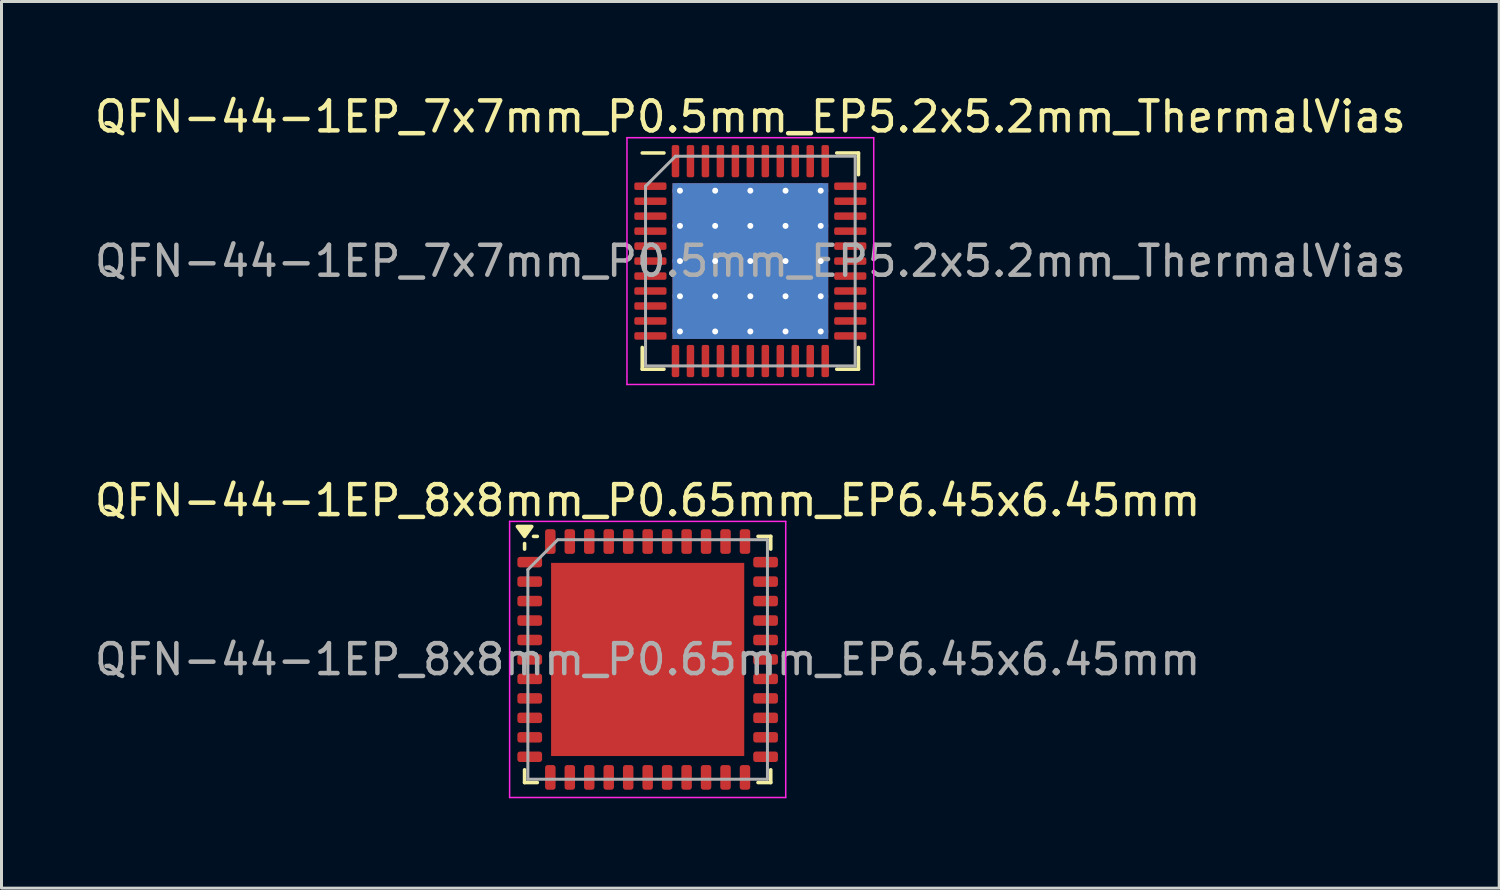
<source format=kicad_pcb>
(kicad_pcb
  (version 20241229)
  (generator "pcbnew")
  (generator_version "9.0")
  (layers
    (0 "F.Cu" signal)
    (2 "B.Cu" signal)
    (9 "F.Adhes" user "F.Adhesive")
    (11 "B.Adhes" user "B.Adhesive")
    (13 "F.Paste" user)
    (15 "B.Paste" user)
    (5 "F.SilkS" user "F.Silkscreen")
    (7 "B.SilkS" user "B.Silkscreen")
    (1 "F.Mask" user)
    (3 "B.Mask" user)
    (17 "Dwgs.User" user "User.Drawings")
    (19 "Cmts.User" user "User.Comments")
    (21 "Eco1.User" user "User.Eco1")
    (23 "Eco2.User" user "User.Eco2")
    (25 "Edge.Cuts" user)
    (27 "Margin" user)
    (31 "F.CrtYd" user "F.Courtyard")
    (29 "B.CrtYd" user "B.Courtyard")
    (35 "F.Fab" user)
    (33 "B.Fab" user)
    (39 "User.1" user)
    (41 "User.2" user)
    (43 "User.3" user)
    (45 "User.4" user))
  (footprint "QFN-44-1EP_7x7mm_P0.5mm_EP5.2x5.2mm_ThermalVias"
    (layer "F.Cu")
    (at 22.006 5.668)
    (property "Reference" "QFN-44-1EP_7x7mm_P0.5mm_EP5.2x5.2mm_ThermalVias" (at 0 -4.82 0) (layer "F.SilkS") (effects (font (size 1 1) (thickness 0.15))))
    (attr smd)
    (fp_line (start -3.61 3.61) (end -3.61 2.885) (stroke (width 0.12) (type solid)) (layer "F.SilkS"))
    (fp_line (start -2.885 -3.61) (end -3.61 -3.61) (stroke (width 0.12) (type solid)) (layer "F.SilkS"))
    (fp_line (start -2.885 3.61) (end -3.61 3.61) (stroke (width 0.12) (type solid)) (layer "F.SilkS"))
    (fp_line (start 2.885 -3.61) (end 3.61 -3.61) (stroke (width 0.12) (type solid)) (layer "F.SilkS"))
    (fp_line (start 2.885 3.61) (end 3.61 3.61) (stroke (width 0.12) (type solid)) (layer "F.SilkS"))
    (fp_line (start 3.61 -3.61) (end 3.61 -2.885) (stroke (width 0.12) (type solid)) (layer "F.SilkS"))
    (fp_line (start 3.61 3.61) (end 3.61 2.885) (stroke (width 0.12) (type solid)) (layer "F.SilkS"))
    (fp_line (start -4.12 -4.12) (end -4.12 4.12) (stroke (width 0.05) (type solid)) (layer "F.CrtYd"))
    (fp_line (start -4.12 4.12) (end 4.12 4.12) (stroke (width 0.05) (type solid)) (layer "F.CrtYd"))
    (fp_line (start 4.12 -4.12) (end -4.12 -4.12) (stroke (width 0.05) (type solid)) (layer "F.CrtYd"))
    (fp_line (start 4.12 4.12) (end 4.12 -4.12) (stroke (width 0.05) (type solid)) (layer "F.CrtYd"))
    (fp_line (start -3.5 -2.5) (end -2.5 -3.5) (stroke (width 0.1) (type solid)) (layer "F.Fab"))
    (fp_line (start -3.5 3.5) (end -3.5 -2.5) (stroke (width 0.1) (type solid)) (layer "F.Fab"))
    (fp_line (start -2.5 -3.5) (end 3.5 -3.5) (stroke (width 0.1) (type solid)) (layer "F.Fab"))
    (fp_line (start 3.5 -3.5) (end 3.5 3.5) (stroke (width 0.1) (type solid)) (layer "F.Fab"))
    (fp_line (start 3.5 3.5) (end -3.5 3.5) (stroke (width 0.1) (type solid)) (layer "F.Fab"))
    (fp_text user "${REFERENCE}" (at 0 0 0) (layer "F.Fab") (effects (font (size 1 1) (thickness 0.15))))
    (pad "" smd roundrect (at -1.762 -1.762) (size 1.007 1.007) (layers "F.Paste") (roundrect_rratio 0.248))
    (pad "" smd roundrect (at -1.762 -0.588) (size 1.007 1.007) (layers "F.Paste") (roundrect_rratio 0.248))
    (pad "" smd roundrect (at -1.762 0.588) (size 1.007 1.007) (layers "F.Paste") (roundrect_rratio 0.248))
    (pad "" smd roundrect (at -1.762 1.762) (size 1.007 1.007) (layers "F.Paste") (roundrect_rratio 0.248))
    (pad "" smd roundrect (at -0.588 -1.762) (size 1.007 1.007) (layers "F.Paste") (roundrect_rratio 0.248))
    (pad "" smd roundrect (at -0.588 -0.588) (size 1.007 1.007) (layers "F.Paste") (roundrect_rratio 0.248))
    (pad "" smd roundrect (at -0.588 0.588) (size 1.007 1.007) (layers "F.Paste") (roundrect_rratio 0.248))
    (pad "" smd roundrect (at -0.588 1.762) (size 1.007 1.007) (layers "F.Paste") (roundrect_rratio 0.248))
    (pad "" smd roundrect (at 0.588 -1.762) (size 1.007 1.007) (layers "F.Paste") (roundrect_rratio 0.248))
    (pad "" smd roundrect (at 0.588 -0.588) (size 1.007 1.007) (layers "F.Paste") (roundrect_rratio 0.248))
    (pad "" smd roundrect (at 0.588 0.588) (size 1.007 1.007) (layers "F.Paste") (roundrect_rratio 0.248))
    (pad "" smd roundrect (at 0.588 1.762) (size 1.007 1.007) (layers "F.Paste") (roundrect_rratio 0.248))
    (pad "" smd roundrect (at 1.762 -1.762) (size 1.007 1.007) (layers "F.Paste") (roundrect_rratio 0.248))
    (pad "" smd roundrect (at 1.762 -0.588) (size 1.007 1.007) (layers "F.Paste") (roundrect_rratio 0.248))
    (pad "" smd roundrect (at 1.762 0.588) (size 1.007 1.007) (layers "F.Paste") (roundrect_rratio 0.248))
    (pad "" smd roundrect (at 1.762 1.762) (size 1.007 1.007) (layers "F.Paste") (roundrect_rratio 0.248))
    (pad "1" smd roundrect (at -3.337 -2.5) (size 1.075 0.25) (layers "F.Cu" "F.Mask" "F.Paste") (roundrect_rratio 0.25))
    (pad "2" smd roundrect (at -3.337 -2) (size 1.075 0.25) (layers "F.Cu" "F.Mask" "F.Paste") (roundrect_rratio 0.25))
    (pad "3" smd roundrect (at -3.337 -1.5) (size 1.075 0.25) (layers "F.Cu" "F.Mask" "F.Paste") (roundrect_rratio 0.25))
    (pad "4" smd roundrect (at -3.337 -1) (size 1.075 0.25) (layers "F.Cu" "F.Mask" "F.Paste") (roundrect_rratio 0.25))
    (pad "5" smd roundrect (at -3.337 -0.5) (size 1.075 0.25) (layers "F.Cu" "F.Mask" "F.Paste") (roundrect_rratio 0.25))
    (pad "6" smd roundrect (at -3.337 0) (size 1.075 0.25) (layers "F.Cu" "F.Mask" "F.Paste") (roundrect_rratio 0.25))
    (pad "7" smd roundrect (at -3.337 0.5) (size 1.075 0.25) (layers "F.Cu" "F.Mask" "F.Paste") (roundrect_rratio 0.25))
    (pad "8" smd roundrect (at -3.337 1) (size 1.075 0.25) (layers "F.Cu" "F.Mask" "F.Paste") (roundrect_rratio 0.25))
    (pad "9" smd roundrect (at -3.337 1.5) (size 1.075 0.25) (layers "F.Cu" "F.Mask" "F.Paste") (roundrect_rratio 0.25))
    (pad "10" smd roundrect (at -3.337 2) (size 1.075 0.25) (layers "F.Cu" "F.Mask" "F.Paste") (roundrect_rratio 0.25))
    (pad "11" smd roundrect (at -3.337 2.5) (size 1.075 0.25) (layers "F.Cu" "F.Mask" "F.Paste") (roundrect_rratio 0.25))
    (pad "12" smd roundrect (at -2.5 3.337) (size 0.25 1.075) (layers "F.Cu" "F.Mask" "F.Paste") (roundrect_rratio 0.25))
    (pad "13" smd roundrect (at -2 3.337) (size 0.25 1.075) (layers "F.Cu" "F.Mask" "F.Paste") (roundrect_rratio 0.25))
    (pad "14" smd roundrect (at -1.5 3.337) (size 0.25 1.075) (layers "F.Cu" "F.Mask" "F.Paste") (roundrect_rratio 0.25))
    (pad "15" smd roundrect (at -1 3.337) (size 0.25 1.075) (layers "F.Cu" "F.Mask" "F.Paste") (roundrect_rratio 0.25))
    (pad "16" smd roundrect (at -0.5 3.337) (size 0.25 1.075) (layers "F.Cu" "F.Mask" "F.Paste") (roundrect_rratio 0.25))
    (pad "17" smd roundrect (at 0 3.337) (size 0.25 1.075) (layers "F.Cu" "F.Mask" "F.Paste") (roundrect_rratio 0.25))
    (pad "18" smd roundrect (at 0.5 3.337) (size 0.25 1.075) (layers "F.Cu" "F.Mask" "F.Paste") (roundrect_rratio 0.25))
    (pad "19" smd roundrect (at 1 3.337) (size 0.25 1.075) (layers "F.Cu" "F.Mask" "F.Paste") (roundrect_rratio 0.25))
    (pad "20" smd roundrect (at 1.5 3.337) (size 0.25 1.075) (layers "F.Cu" "F.Mask" "F.Paste") (roundrect_rratio 0.25))
    (pad "21" smd roundrect (at 2 3.337) (size 0.25 1.075) (layers "F.Cu" "F.Mask" "F.Paste") (roundrect_rratio 0.25))
    (pad "22" smd roundrect (at 2.5 3.337) (size 0.25 1.075) (layers "F.Cu" "F.Mask" "F.Paste") (roundrect_rratio 0.25))
    (pad "23" smd roundrect (at 3.337 2.5) (size 1.075 0.25) (layers "F.Cu" "F.Mask" "F.Paste") (roundrect_rratio 0.25))
    (pad "24" smd roundrect (at 3.337 2) (size 1.075 0.25) (layers "F.Cu" "F.Mask" "F.Paste") (roundrect_rratio 0.25))
    (pad "25" smd roundrect (at 3.337 1.5) (size 1.075 0.25) (layers "F.Cu" "F.Mask" "F.Paste") (roundrect_rratio 0.25))
    (pad "26" smd roundrect (at 3.337 1) (size 1.075 0.25) (layers "F.Cu" "F.Mask" "F.Paste") (roundrect_rratio 0.25))
    (pad "27" smd roundrect (at 3.337 0.5) (size 1.075 0.25) (layers "F.Cu" "F.Mask" "F.Paste") (roundrect_rratio 0.25))
    (pad "28" smd roundrect (at 3.337 0) (size 1.075 0.25) (layers "F.Cu" "F.Mask" "F.Paste") (roundrect_rratio 0.25))
    (pad "29" smd roundrect (at 3.337 -0.5) (size 1.075 0.25) (layers "F.Cu" "F.Mask" "F.Paste") (roundrect_rratio 0.25))
    (pad "30" smd roundrect (at 3.337 -1) (size 1.075 0.25) (layers "F.Cu" "F.Mask" "F.Paste") (roundrect_rratio 0.25))
    (pad "31" smd roundrect (at 3.337 -1.5) (size 1.075 0.25) (layers "F.Cu" "F.Mask" "F.Paste") (roundrect_rratio 0.25))
    (pad "32" smd roundrect (at 3.337 -2) (size 1.075 0.25) (layers "F.Cu" "F.Mask" "F.Paste") (roundrect_rratio 0.25))
    (pad "33" smd roundrect (at 3.337 -2.5) (size 1.075 0.25) (layers "F.Cu" "F.Mask" "F.Paste") (roundrect_rratio 0.25))
    (pad "34" smd roundrect (at 2.5 -3.337) (size 0.25 1.075) (layers "F.Cu" "F.Mask" "F.Paste") (roundrect_rratio 0.25))
    (pad "35" smd roundrect (at 2 -3.337) (size 0.25 1.075) (layers "F.Cu" "F.Mask" "F.Paste") (roundrect_rratio 0.25))
    (pad "36" smd roundrect (at 1.5 -3.337) (size 0.25 1.075) (layers "F.Cu" "F.Mask" "F.Paste") (roundrect_rratio 0.25))
    (pad "37" smd roundrect (at 1 -3.337) (size 0.25 1.075) (layers "F.Cu" "F.Mask" "F.Paste") (roundrect_rratio 0.25))
    (pad "38" smd roundrect (at 0.5 -3.337) (size 0.25 1.075) (layers "F.Cu" "F.Mask" "F.Paste") (roundrect_rratio 0.25))
    (pad "39" smd roundrect (at 0 -3.337) (size 0.25 1.075) (layers "F.Cu" "F.Mask" "F.Paste") (roundrect_rratio 0.25))
    (pad "40" smd roundrect (at -0.5 -3.337) (size 0.25 1.075) (layers "F.Cu" "F.Mask" "F.Paste") (roundrect_rratio 0.25))
    (pad "41" smd roundrect (at -1 -3.337) (size 0.25 1.075) (layers "F.Cu" "F.Mask" "F.Paste") (roundrect_rratio 0.25))
    (pad "42" smd roundrect (at -1.5 -3.337) (size 0.25 1.075) (layers "F.Cu" "F.Mask" "F.Paste") (roundrect_rratio 0.25))
    (pad "43" smd roundrect (at -2 -3.337) (size 0.25 1.075) (layers "F.Cu" "F.Mask" "F.Paste") (roundrect_rratio 0.25))
    (pad "44" smd roundrect (at -2.5 -3.337) (size 0.25 1.075) (layers "F.Cu" "F.Mask" "F.Paste") (roundrect_rratio 0.25))
    (pad "45" thru_hole circle (at -2.35 -2.35) (size 0.5 0.5) (drill 0.2) (layers "*.Cu"))
    (pad "45" thru_hole circle (at -2.35 -1.175) (size 0.5 0.5) (drill 0.2) (layers "*.Cu"))
    (pad "45" thru_hole circle (at -2.35 0) (size 0.5 0.5) (drill 0.2) (layers "*.Cu"))
    (pad "45" thru_hole circle (at -2.35 1.175) (size 0.5 0.5) (drill 0.2) (layers "*.Cu"))
    (pad "45" thru_hole circle (at -2.35 2.35) (size 0.5 0.5) (drill 0.2) (layers "*.Cu"))
    (pad "45" thru_hole circle (at -1.175 -2.35) (size 0.5 0.5) (drill 0.2) (layers "*.Cu"))
    (pad "45" thru_hole circle (at -1.175 -1.175) (size 0.5 0.5) (drill 0.2) (layers "*.Cu"))
    (pad "45" thru_hole circle (at -1.175 0) (size 0.5 0.5) (drill 0.2) (layers "*.Cu"))
    (pad "45" thru_hole circle (at -1.175 1.175) (size 0.5 0.5) (drill 0.2) (layers "*.Cu"))
    (pad "45" thru_hole circle (at -1.175 2.35) (size 0.5 0.5) (drill 0.2) (layers "*.Cu"))
    (pad "45" thru_hole circle (at 0 -2.35) (size 0.5 0.5) (drill 0.2) (layers "*.Cu"))
    (pad "45" thru_hole circle (at 0 -1.175) (size 0.5 0.5) (drill 0.2) (layers "*.Cu"))
    (pad "45" thru_hole circle (at 0 0) (size 0.5 0.5) (drill 0.2) (layers "*.Cu"))
    (pad "45" smd rect (at 0 0) (size 5.2 5.2) (layers "F.Cu" "F.Mask"))
    (pad "45" smd rect (at 0 0) (size 5.2 5.2) (layers "B.Cu"))
    (pad "45" thru_hole circle (at 0 1.175) (size 0.5 0.5) (drill 0.2) (layers "*.Cu"))
    (pad "45" thru_hole circle (at 0 2.35) (size 0.5 0.5) (drill 0.2) (layers "*.Cu"))
    (pad "45" thru_hole circle (at 1.175 -2.35) (size 0.5 0.5) (drill 0.2) (layers "*.Cu"))
    (pad "45" thru_hole circle (at 1.175 -1.175) (size 0.5 0.5) (drill 0.2) (layers "*.Cu"))
    (pad "45" thru_hole circle (at 1.175 0) (size 0.5 0.5) (drill 0.2) (layers "*.Cu"))
    (pad "45" thru_hole circle (at 1.175 1.175) (size 0.5 0.5) (drill 0.2) (layers "*.Cu"))
    (pad "45" thru_hole circle (at 1.175 2.35) (size 0.5 0.5) (drill 0.2) (layers "*.Cu"))
    (pad "45" thru_hole circle (at 2.35 -2.35) (size 0.5 0.5) (drill 0.2) (layers "*.Cu"))
    (pad "45" thru_hole circle (at 2.35 -1.175) (size 0.5 0.5) (drill 0.2) (layers "*.Cu"))
    (pad "45" thru_hole circle (at 2.35 0) (size 0.5 0.5) (drill 0.2) (layers "*.Cu"))
    (pad "45" thru_hole circle (at 2.35 1.175) (size 0.5 0.5) (drill 0.2) (layers "*.Cu"))
    (pad "45" thru_hole circle (at 2.35 2.35) (size 0.5 0.5) (drill 0.2) (layers "*.Cu")))
  (footprint "QFN-44-1EP_8x8mm_P0.65mm_EP6.45x6.45mm"
    (layer "F.Cu")
    (at 18.577 18.971)
    (property "Reference" "QFN-44-1EP_8x8mm_P0.65mm_EP6.45x6.45mm" (at 0 -5.31 0) (layer "F.SilkS") (effects (font (size 1 1) (thickness 0.15))))
    (attr smd)
    (fp_line (start -4.11 -3.685) (end -4.11 -3.87) (stroke (width 0.12) (type solid)) (layer "F.SilkS"))
    (fp_line (start -4.11 4.11) (end -4.11 3.685) (stroke (width 0.12) (type solid)) (layer "F.SilkS"))
    (fp_line (start -3.685 -4.11) (end -3.81 -4.11) (stroke (width 0.12) (type solid)) (layer "F.SilkS"))
    (fp_line (start -3.685 4.11) (end -4.11 4.11) (stroke (width 0.12) (type solid)) (layer "F.SilkS"))
    (fp_line (start 3.685 -4.11) (end 4.11 -4.11) (stroke (width 0.12) (type solid)) (layer "F.SilkS"))
    (fp_line (start 3.685 4.11) (end 4.11 4.11) (stroke (width 0.12) (type solid)) (layer "F.SilkS"))
    (fp_line (start 4.11 -4.11) (end 4.11 -3.685) (stroke (width 0.12) (type solid)) (layer "F.SilkS"))
    (fp_line (start 4.11 4.11) (end 4.11 3.685) (stroke (width 0.12) (type solid)) (layer "F.SilkS"))
    (fp_poly (pts (xy -4.11 -4.11) (xy -4.35 -4.44) (xy -3.87 -4.44) (xy -4.11 -4.11)) (stroke (width 0.12) (type solid)) (fill yes) (layer "F.SilkS"))
    (fp_line (start -4.61 -4.61) (end -4.61 4.61) (stroke (width 0.05) (type solid)) (layer "F.CrtYd"))
    (fp_line (start -4.61 4.61) (end 4.61 4.61) (stroke (width 0.05) (type solid)) (layer "F.CrtYd"))
    (fp_line (start 4.61 -4.61) (end -4.61 -4.61) (stroke (width 0.05) (type solid)) (layer "F.CrtYd"))
    (fp_line (start 4.61 4.61) (end 4.61 -4.61) (stroke (width 0.05) (type solid)) (layer "F.CrtYd"))
    (fp_line (start -4 -3) (end -3 -4) (stroke (width 0.1) (type solid)) (layer "F.Fab"))
    (fp_line (start -4 4) (end -4 -3) (stroke (width 0.1) (type solid)) (layer "F.Fab"))
    (fp_line (start -3 -4) (end 4 -4) (stroke (width 0.1) (type solid)) (layer "F.Fab"))
    (fp_line (start 4 -4) (end 4 4) (stroke (width 0.1) (type solid)) (layer "F.Fab"))
    (fp_line (start 4 4) (end -4 4) (stroke (width 0.1) (type solid)) (layer "F.Fab"))
    (fp_text user "${REFERENCE}" (at 0 0 0) (layer "F.Fab") (effects (font (size 1 1) (thickness 0.15))))
    (pad "" smd roundrect (at -2.58 -2.58) (size 1.04 1.04) (layers "F.Paste") (roundrect_rratio 0.24))
    (pad "" smd roundrect (at -2.58 -1.29) (size 1.04 1.04) (layers "F.Paste") (roundrect_rratio 0.24))
    (pad "" smd roundrect (at -2.58 0) (size 1.04 1.04) (layers "F.Paste") (roundrect_rratio 0.24))
    (pad "" smd roundrect (at -2.58 1.29) (size 1.04 1.04) (layers "F.Paste") (roundrect_rratio 0.24))
    (pad "" smd roundrect (at -2.58 2.58) (size 1.04 1.04) (layers "F.Paste") (roundrect_rratio 0.24))
    (pad "" smd roundrect (at -1.29 -2.58) (size 1.04 1.04) (layers "F.Paste") (roundrect_rratio 0.24))
    (pad "" smd roundrect (at -1.29 -1.29) (size 1.04 1.04) (layers "F.Paste") (roundrect_rratio 0.24))
    (pad "" smd roundrect (at -1.29 0) (size 1.04 1.04) (layers "F.Paste") (roundrect_rratio 0.24))
    (pad "" smd roundrect (at -1.29 1.29) (size 1.04 1.04) (layers "F.Paste") (roundrect_rratio 0.24))
    (pad "" smd roundrect (at -1.29 2.58) (size 1.04 1.04) (layers "F.Paste") (roundrect_rratio 0.24))
    (pad "" smd roundrect (at 0 -2.58) (size 1.04 1.04) (layers "F.Paste") (roundrect_rratio 0.24))
    (pad "" smd roundrect (at 0 -1.29) (size 1.04 1.04) (layers "F.Paste") (roundrect_rratio 0.24))
    (pad "" smd roundrect (at 0 0) (size 1.04 1.04) (layers "F.Paste") (roundrect_rratio 0.24))
    (pad "" smd roundrect (at 0 1.29) (size 1.04 1.04) (layers "F.Paste") (roundrect_rratio 0.24))
    (pad "" smd roundrect (at 0 2.58) (size 1.04 1.04) (layers "F.Paste") (roundrect_rratio 0.24))
    (pad "" smd roundrect (at 1.29 -2.58) (size 1.04 1.04) (layers "F.Paste") (roundrect_rratio 0.24))
    (pad "" smd roundrect (at 1.29 -1.29) (size 1.04 1.04) (layers "F.Paste") (roundrect_rratio 0.24))
    (pad "" smd roundrect (at 1.29 0) (size 1.04 1.04) (layers "F.Paste") (roundrect_rratio 0.24))
    (pad "" smd roundrect (at 1.29 1.29) (size 1.04 1.04) (layers "F.Paste") (roundrect_rratio 0.24))
    (pad "" smd roundrect (at 1.29 2.58) (size 1.04 1.04) (layers "F.Paste") (roundrect_rratio 0.24))
    (pad "" smd roundrect (at 2.58 -2.58) (size 1.04 1.04) (layers "F.Paste") (roundrect_rratio 0.24))
    (pad "" smd roundrect (at 2.58 -1.29) (size 1.04 1.04) (layers "F.Paste") (roundrect_rratio 0.24))
    (pad "" smd roundrect (at 2.58 0) (size 1.04 1.04) (layers "F.Paste") (roundrect_rratio 0.24))
    (pad "" smd roundrect (at 2.58 1.29) (size 1.04 1.04) (layers "F.Paste") (roundrect_rratio 0.24))
    (pad "" smd roundrect (at 2.58 2.58) (size 1.04 1.04) (layers "F.Paste") (roundrect_rratio 0.24))
    (pad "1" smd roundrect (at -3.938 -3.25) (size 0.825 0.35) (layers "F.Cu" "F.Mask" "F.Paste") (roundrect_rratio 0.25))
    (pad "2" smd roundrect (at -3.938 -2.6) (size 0.825 0.35) (layers "F.Cu" "F.Mask" "F.Paste") (roundrect_rratio 0.25))
    (pad "3" smd roundrect (at -3.938 -1.95) (size 0.825 0.35) (layers "F.Cu" "F.Mask" "F.Paste") (roundrect_rratio 0.25))
    (pad "4" smd roundrect (at -3.938 -1.3) (size 0.825 0.35) (layers "F.Cu" "F.Mask" "F.Paste") (roundrect_rratio 0.25))
    (pad "5" smd roundrect (at -3.938 -0.65) (size 0.825 0.35) (layers "F.Cu" "F.Mask" "F.Paste") (roundrect_rratio 0.25))
    (pad "6" smd roundrect (at -3.938 0) (size 0.825 0.35) (layers "F.Cu" "F.Mask" "F.Paste") (roundrect_rratio 0.25))
    (pad "7" smd roundrect (at -3.938 0.65) (size 0.825 0.35) (layers "F.Cu" "F.Mask" "F.Paste") (roundrect_rratio 0.25))
    (pad "8" smd roundrect (at -3.938 1.3) (size 0.825 0.35) (layers "F.Cu" "F.Mask" "F.Paste") (roundrect_rratio 0.25))
    (pad "9" smd roundrect (at -3.938 1.95) (size 0.825 0.35) (layers "F.Cu" "F.Mask" "F.Paste") (roundrect_rratio 0.25))
    (pad "10" smd roundrect (at -3.938 2.6) (size 0.825 0.35) (layers "F.Cu" "F.Mask" "F.Paste") (roundrect_rratio 0.25))
    (pad "11" smd roundrect (at -3.938 3.25) (size 0.825 0.35) (layers "F.Cu" "F.Mask" "F.Paste") (roundrect_rratio 0.25))
    (pad "12" smd roundrect (at -3.25 3.938) (size 0.35 0.825) (layers "F.Cu" "F.Mask" "F.Paste") (roundrect_rratio 0.25))
    (pad "13" smd roundrect (at -2.6 3.938) (size 0.35 0.825) (layers "F.Cu" "F.Mask" "F.Paste") (roundrect_rratio 0.25))
    (pad "14" smd roundrect (at -1.95 3.938) (size 0.35 0.825) (layers "F.Cu" "F.Mask" "F.Paste") (roundrect_rratio 0.25))
    (pad "15" smd roundrect (at -1.3 3.938) (size 0.35 0.825) (layers "F.Cu" "F.Mask" "F.Paste") (roundrect_rratio 0.25))
    (pad "16" smd roundrect (at -0.65 3.938) (size 0.35 0.825) (layers "F.Cu" "F.Mask" "F.Paste") (roundrect_rratio 0.25))
    (pad "17" smd roundrect (at 0 3.938) (size 0.35 0.825) (layers "F.Cu" "F.Mask" "F.Paste") (roundrect_rratio 0.25))
    (pad "18" smd roundrect (at 0.65 3.938) (size 0.35 0.825) (layers "F.Cu" "F.Mask" "F.Paste") (roundrect_rratio 0.25))
    (pad "19" smd roundrect (at 1.3 3.938) (size 0.35 0.825) (layers "F.Cu" "F.Mask" "F.Paste") (roundrect_rratio 0.25))
    (pad "20" smd roundrect (at 1.95 3.938) (size 0.35 0.825) (layers "F.Cu" "F.Mask" "F.Paste") (roundrect_rratio 0.25))
    (pad "21" smd roundrect (at 2.6 3.938) (size 0.35 0.825) (layers "F.Cu" "F.Mask" "F.Paste") (roundrect_rratio 0.25))
    (pad "22" smd roundrect (at 3.25 3.938) (size 0.35 0.825) (layers "F.Cu" "F.Mask" "F.Paste") (roundrect_rratio 0.25))
    (pad "23" smd roundrect (at 3.938 3.25) (size 0.825 0.35) (layers "F.Cu" "F.Mask" "F.Paste") (roundrect_rratio 0.25))
    (pad "24" smd roundrect (at 3.938 2.6) (size 0.825 0.35) (layers "F.Cu" "F.Mask" "F.Paste") (roundrect_rratio 0.25))
    (pad "25" smd roundrect (at 3.938 1.95) (size 0.825 0.35) (layers "F.Cu" "F.Mask" "F.Paste") (roundrect_rratio 0.25))
    (pad "26" smd roundrect (at 3.938 1.3) (size 0.825 0.35) (layers "F.Cu" "F.Mask" "F.Paste") (roundrect_rratio 0.25))
    (pad "27" smd roundrect (at 3.938 0.65) (size 0.825 0.35) (layers "F.Cu" "F.Mask" "F.Paste") (roundrect_rratio 0.25))
    (pad "28" smd roundrect (at 3.938 0) (size 0.825 0.35) (layers "F.Cu" "F.Mask" "F.Paste") (roundrect_rratio 0.25))
    (pad "29" smd roundrect (at 3.938 -0.65) (size 0.825 0.35) (layers "F.Cu" "F.Mask" "F.Paste") (roundrect_rratio 0.25))
    (pad "30" smd roundrect (at 3.938 -1.3) (size 0.825 0.35) (layers "F.Cu" "F.Mask" "F.Paste") (roundrect_rratio 0.25))
    (pad "31" smd roundrect (at 3.938 -1.95) (size 0.825 0.35) (layers "F.Cu" "F.Mask" "F.Paste") (roundrect_rratio 0.25))
    (pad "32" smd roundrect (at 3.938 -2.6) (size 0.825 0.35) (layers "F.Cu" "F.Mask" "F.Paste") (roundrect_rratio 0.25))
    (pad "33" smd roundrect (at 3.938 -3.25) (size 0.825 0.35) (layers "F.Cu" "F.Mask" "F.Paste") (roundrect_rratio 0.25))
    (pad "34" smd roundrect (at 3.25 -3.938) (size 0.35 0.825) (layers "F.Cu" "F.Mask" "F.Paste") (roundrect_rratio 0.25))
    (pad "35" smd roundrect (at 2.6 -3.938) (size 0.35 0.825) (layers "F.Cu" "F.Mask" "F.Paste") (roundrect_rratio 0.25))
    (pad "36" smd roundrect (at 1.95 -3.938) (size 0.35 0.825) (layers "F.Cu" "F.Mask" "F.Paste") (roundrect_rratio 0.25))
    (pad "37" smd roundrect (at 1.3 -3.938) (size 0.35 0.825) (layers "F.Cu" "F.Mask" "F.Paste") (roundrect_rratio 0.25))
    (pad "38" smd roundrect (at 0.65 -3.938) (size 0.35 0.825) (layers "F.Cu" "F.Mask" "F.Paste") (roundrect_rratio 0.25))
    (pad "39" smd roundrect (at 0 -3.938) (size 0.35 0.825) (layers "F.Cu" "F.Mask" "F.Paste") (roundrect_rratio 0.25))
    (pad "40" smd roundrect (at -0.65 -3.938) (size 0.35 0.825) (layers "F.Cu" "F.Mask" "F.Paste") (roundrect_rratio 0.25))
    (pad "41" smd roundrect (at -1.3 -3.938) (size 0.35 0.825) (layers "F.Cu" "F.Mask" "F.Paste") (roundrect_rratio 0.25))
    (pad "42" smd roundrect (at -1.95 -3.938) (size 0.35 0.825) (layers "F.Cu" "F.Mask" "F.Paste") (roundrect_rratio 0.25))
    (pad "43" smd roundrect (at -2.6 -3.938) (size 0.35 0.825) (layers "F.Cu" "F.Mask" "F.Paste") (roundrect_rratio 0.25))
    (pad "44" smd roundrect (at -3.25 -3.938) (size 0.35 0.825) (layers "F.Cu" "F.Mask" "F.Paste") (roundrect_rratio 0.25))
    (pad "45" smd rect (at 0 0) (size 6.45 6.45) (property pad_prop_heatsink) (layers "F.Cu" "F.Mask")))
  (gr_rect
    (start -3 -3)
    (end 47.012 26.607)
    (stroke (width 0.1) (type default))
    (fill no)
    (layer "Edge.Cuts")))
</source>
